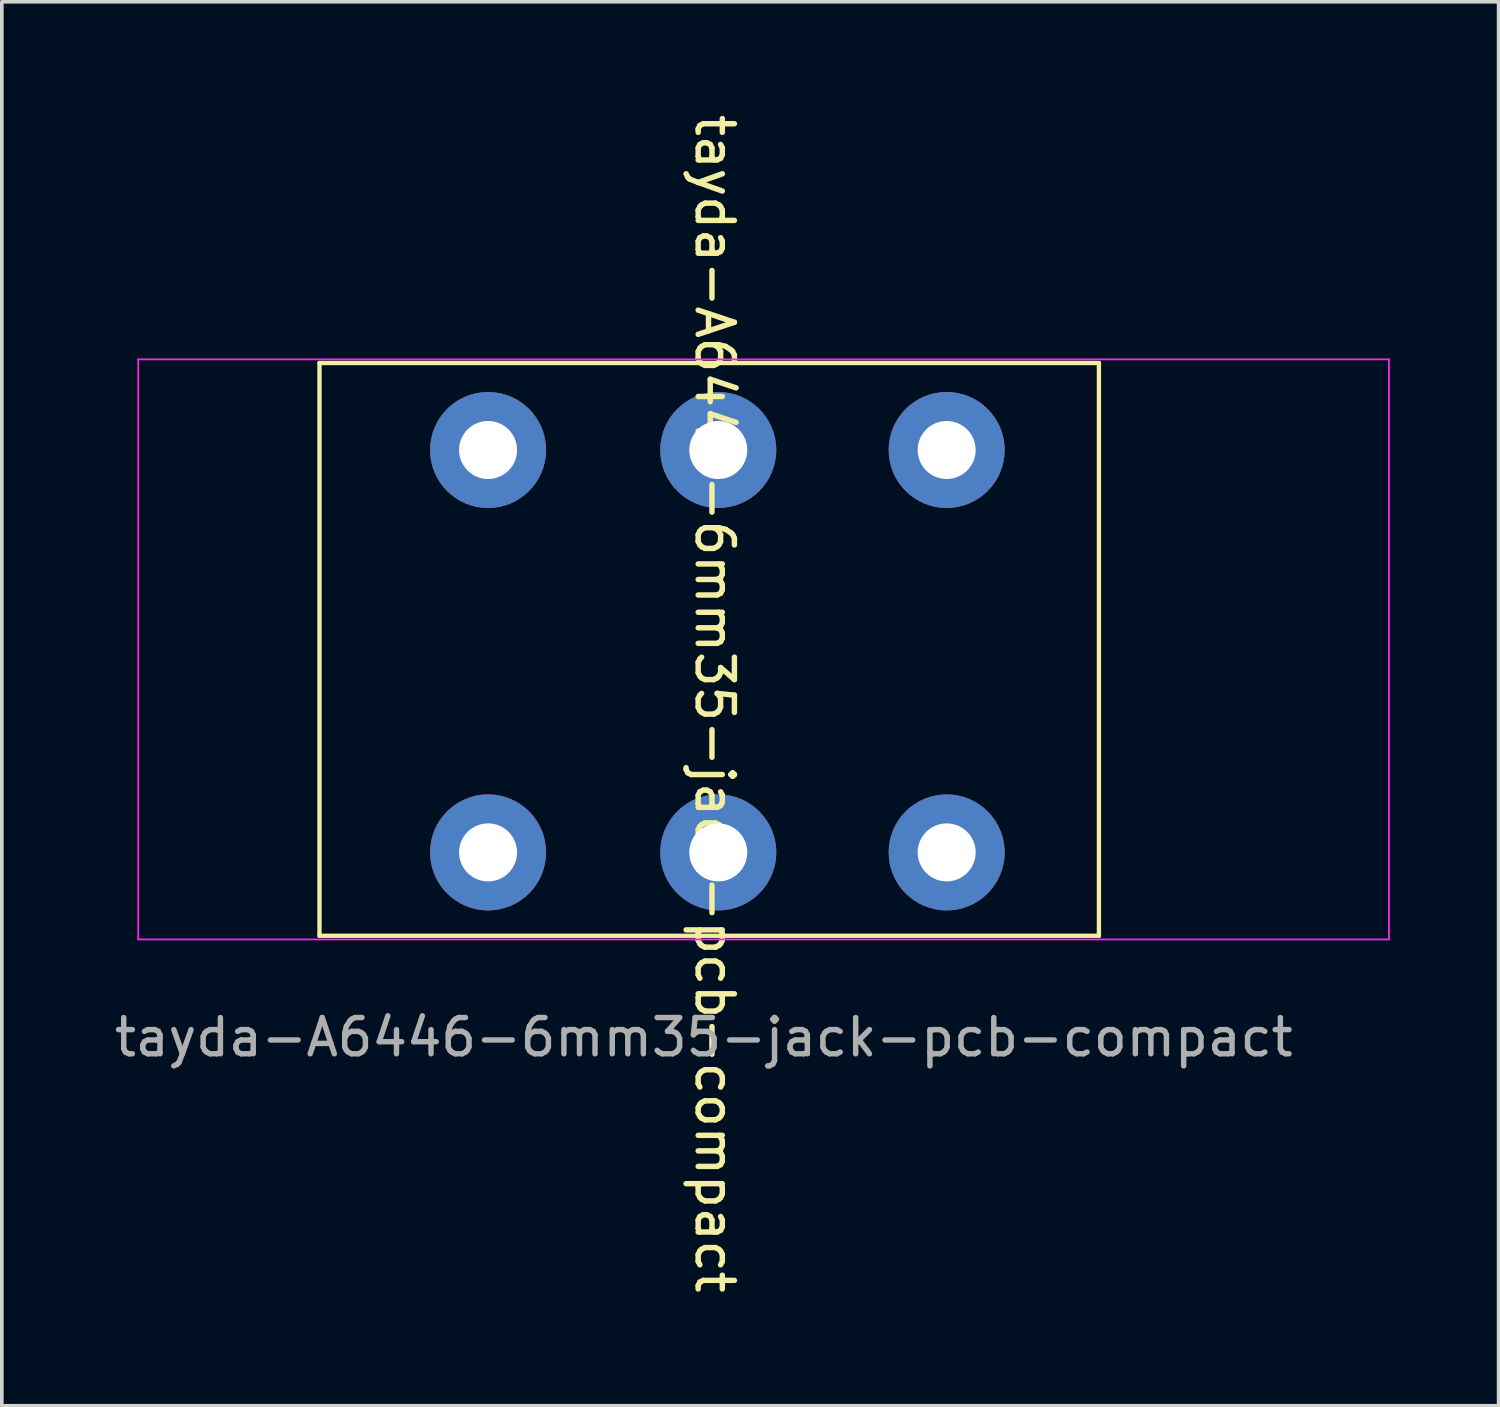
<source format=kicad_pcb>
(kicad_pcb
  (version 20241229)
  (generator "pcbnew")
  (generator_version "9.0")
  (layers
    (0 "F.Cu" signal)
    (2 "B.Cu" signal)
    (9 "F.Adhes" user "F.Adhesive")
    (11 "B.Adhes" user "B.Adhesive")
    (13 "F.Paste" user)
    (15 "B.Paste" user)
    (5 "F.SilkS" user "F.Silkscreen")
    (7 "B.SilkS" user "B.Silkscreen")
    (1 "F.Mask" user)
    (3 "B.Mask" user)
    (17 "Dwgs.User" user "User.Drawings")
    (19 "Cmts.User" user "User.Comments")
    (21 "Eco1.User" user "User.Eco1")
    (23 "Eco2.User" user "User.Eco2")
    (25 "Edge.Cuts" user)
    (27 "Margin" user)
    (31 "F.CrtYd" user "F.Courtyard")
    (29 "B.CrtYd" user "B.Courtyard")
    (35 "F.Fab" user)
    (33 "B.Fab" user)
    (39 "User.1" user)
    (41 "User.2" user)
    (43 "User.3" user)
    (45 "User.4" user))
  (footprint "tayda-A6446-6mm35-jack-pcb-compact"
    (layer "F.Cu")
    (at 27.263 16.263)
    (property "Reference" "tayda-A6446-6mm35-jack-pcb-compact" (at -10.6 0.1 270) (unlocked yes) (layer "F.SilkS") (effects (font (size 1 1) (thickness 0.15))))
    (attr through_hole)
    (fp_line (start -21.5 -9.3) (end 0 -9.3) (stroke (width 0.12) (type solid)) (layer "F.SilkS"))
    (fp_line (start -21.5 6.5) (end -21.5 -9.3) (stroke (width 0.12) (type solid)) (layer "F.SilkS"))
    (fp_line (start 0 -9.3) (end 0 6.5) (stroke (width 0.12) (type solid)) (layer "F.SilkS"))
    (fp_line (start 0 6.5) (end -21.5 6.5) (stroke (width 0.12) (type solid)) (layer "F.SilkS"))
    (fp_line (start 0 -8) (end 0.5 -7) (stroke (width 0.12) (type solid)) (layer "Eco2.User"))
    (fp_line (start 0 -7) (end 0.5 -6) (stroke (width 0.12) (type solid)) (layer "Eco2.User"))
    (fp_line (start 0 -6) (end 0.5 -5) (stroke (width 0.12) (type solid)) (layer "Eco2.User"))
    (fp_line (start 0 -5) (end 0.5 -4) (stroke (width 0.12) (type solid)) (layer "Eco2.User"))
    (fp_line (start 0 -4) (end 0.5 -3) (stroke (width 0.12) (type solid)) (layer "Eco2.User"))
    (fp_line (start 0 -3) (end 0.5 -2) (stroke (width 0.12) (type solid)) (layer "Eco2.User"))
    (fp_line (start 0 -2) (end 0.5 -1) (stroke (width 0.12) (type solid)) (layer "Eco2.User"))
    (fp_line (start 0 -1) (end 0.5 0) (stroke (width 0.12) (type solid)) (layer "Eco2.User"))
    (fp_line (start 0 0) (end 0.5 1) (stroke (width 0.12) (type solid)) (layer "Eco2.User"))
    (fp_line (start 0 1) (end 0.5 2) (stroke (width 0.12) (type solid)) (layer "Eco2.User"))
    (fp_line (start 0 2) (end 0.5 3) (stroke (width 0.12) (type solid)) (layer "Eco2.User"))
    (fp_line (start 0 3) (end 0.5 4) (stroke (width 0.12) (type solid)) (layer "Eco2.User"))
    (fp_line (start 0 4) (end 0.5 5) (stroke (width 0.12) (type solid)) (layer "Eco2.User"))
    (fp_line (start 0 5) (end 0.5 6) (stroke (width 0.12) (type solid)) (layer "Eco2.User"))
    (fp_line (start 0.5 -7) (end 0 -7) (stroke (width 0.12) (type solid)) (layer "Eco2.User"))
    (fp_line (start 0.5 -6) (end 0 -6) (stroke (width 0.12) (type solid)) (layer "Eco2.User"))
    (fp_line (start 0.5 -5) (end 0 -5) (stroke (width 0.12) (type solid)) (layer "Eco2.User"))
    (fp_line (start 0.5 -4) (end 0 -4) (stroke (width 0.12) (type solid)) (layer "Eco2.User"))
    (fp_line (start 0.5 -3) (end 0 -3) (stroke (width 0.12) (type solid)) (layer "Eco2.User"))
    (fp_line (start 0.5 -2) (end 0 -2) (stroke (width 0.12) (type solid)) (layer "Eco2.User"))
    (fp_line (start 0.5 -1) (end 0 -1) (stroke (width 0.12) (type solid)) (layer "Eco2.User"))
    (fp_line (start 0.5 0) (end 0 0) (stroke (width 0.12) (type solid)) (layer "Eco2.User"))
    (fp_line (start 0.5 1) (end 0 1) (stroke (width 0.12) (type solid)) (layer "Eco2.User"))
    (fp_line (start 0.5 2) (end 0 2) (stroke (width 0.12) (type solid)) (layer "Eco2.User"))
    (fp_line (start 0.5 3) (end 0 3) (stroke (width 0.12) (type solid)) (layer "Eco2.User"))
    (fp_line (start 0.5 4) (end 0 4) (stroke (width 0.12) (type solid)) (layer "Eco2.User"))
    (fp_line (start 0.5 5) (end 0 5) (stroke (width 0.12) (type solid)) (layer "Eco2.User"))
    (fp_line (start 0.5 6) (end 0 6) (stroke (width 0.12) (type solid)) (layer "Eco2.User"))
    (fp_line (start -26.5 -9.4) (end 8 -9.4) (stroke (width 0.05) (type solid)) (layer "F.CrtYd"))
    (fp_line (start -26.5 6.6) (end -26.5 -9.4) (stroke (width 0.05) (type solid)) (layer "F.CrtYd"))
    (fp_line (start 8 -9.4) (end 8 6.6) (stroke (width 0.05) (type solid)) (layer "F.CrtYd"))
    (fp_line (start 8 6.6) (end -26.5 6.6) (stroke (width 0.05) (type solid)) (layer "F.CrtYd"))
    (fp_line (start -24.7 -4.2) (end -24.7 4.2) (stroke (width 0.05) (type solid)) (layer "User.1"))
    (fp_line (start -24.7 4.2) (end -21.5 4.2) (stroke (width 0.05) (type solid)) (layer "User.1"))
    (fp_line (start -21.5 -4.2) (end -24.7 -4.2) (stroke (width 0.05) (type solid)) (layer "User.1"))
    (fp_line (start 0 4.6) (end 8 4.6) (stroke (width 0.05) (type solid)) (layer "User.1"))
    (fp_line (start 8 -4.6) (end 0 -4.6) (stroke (width 0.05) (type solid)) (layer "User.1"))
    (fp_line (start 8 4.6) (end 8 -4.6) (stroke (width 0.05) (type solid)) (layer "User.1"))
    (fp_text user "${REFERENCE}" (at -10.9 9.3 0) (unlocked yes) (layer "F.Fab") (effects (font (size 1 1) (thickness 0.15))))
    (pad "R" thru_hole circle (at -10.5 -6.9) (size 3.2 3.2) (drill 1.6) (layers "*.Cu" "*.Mask"))
    (pad "RN" thru_hole circle (at -10.5 4.2) (size 3.2 3.2) (drill 1.6) (layers "*.Cu" "*.Mask"))
    (pad "S" thru_hole circle (at -4.2 -6.9) (size 3.2 3.2) (drill 1.6) (layers "*.Cu" "*.Mask"))
    (pad "S" thru_hole circle (at -4.2 4.2) (size 3.2 3.2) (drill 1.6) (layers "*.Cu" "*.Mask"))
    (pad "T" thru_hole circle (at -16.85 -6.9) (size 3.2 3.2) (drill 1.6) (layers "*.Cu" "*.Mask"))
    (pad "TN" thru_hole circle (at -16.85 4.2) (size 3.2 3.2) (drill 1.6) (layers "*.Cu" "*.Mask")))
  (gr_rect
    (start -3 -3)
    (end 38.288 35.726)
    (stroke (width 0.1) (type default))
    (fill no)
    (layer "Edge.Cuts")))
</source>
